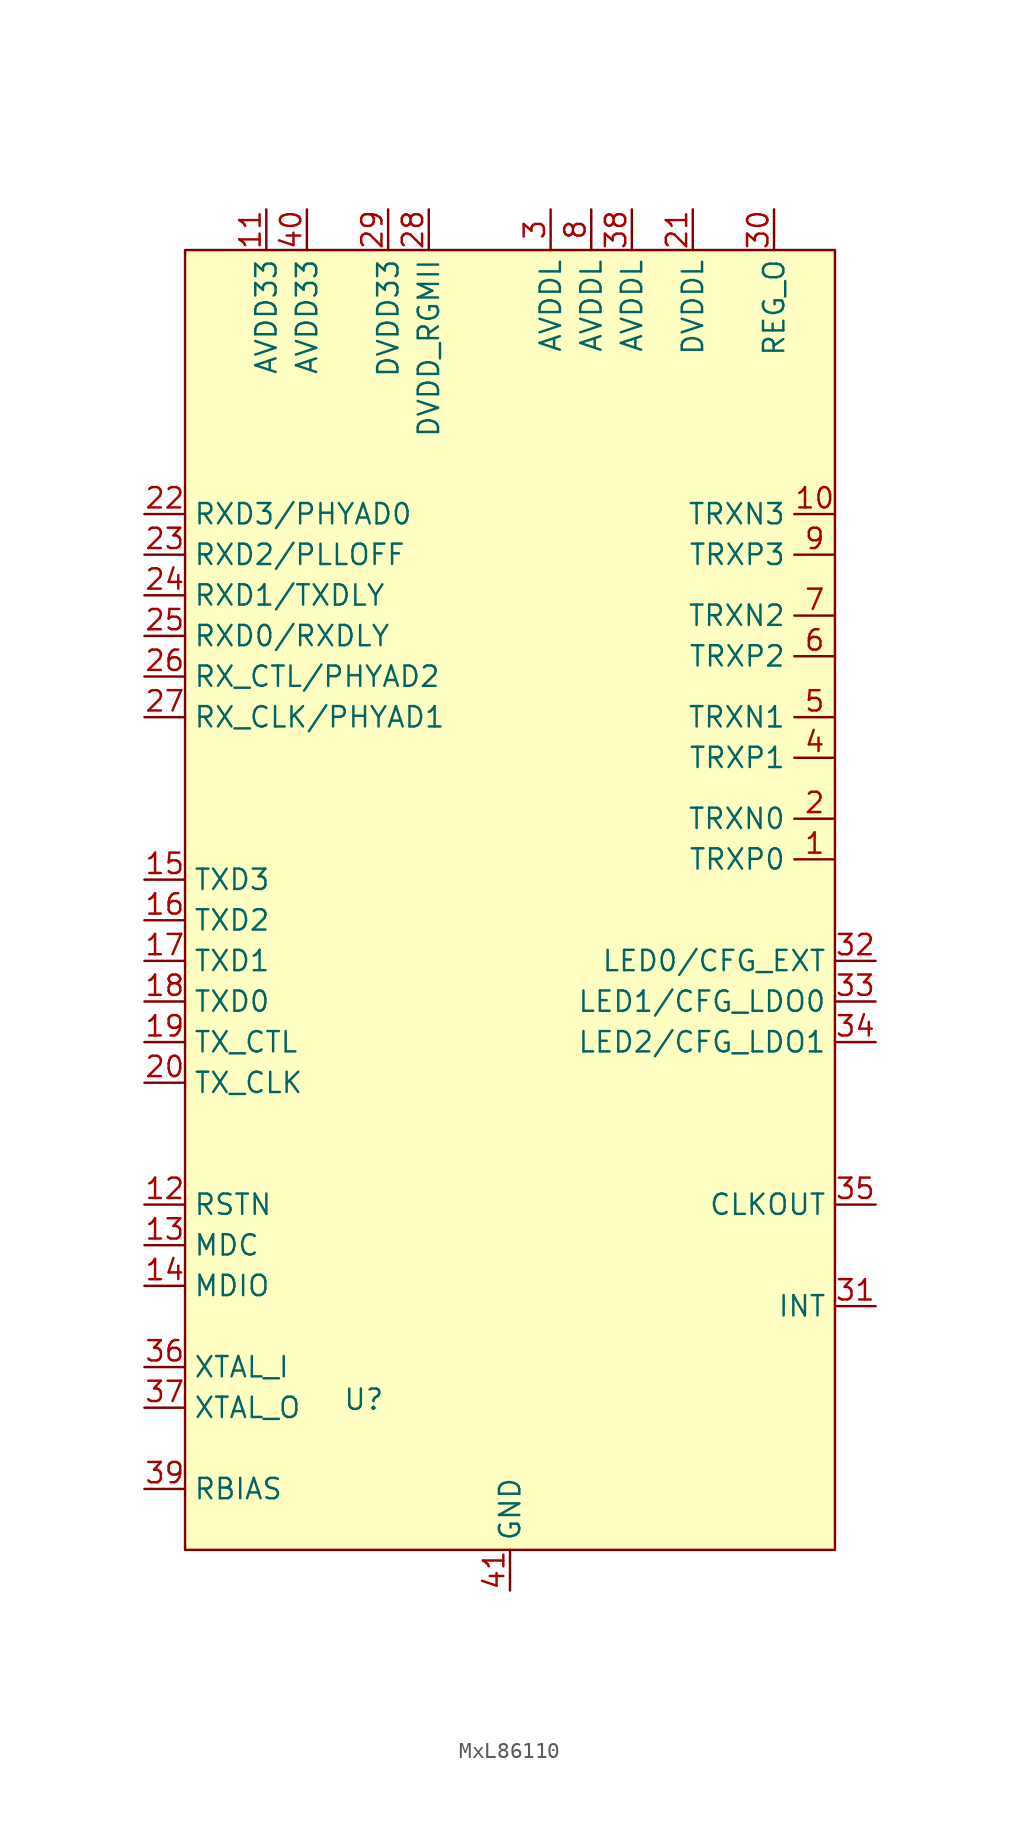
<source format=kicad_sym>
(kicad_symbol_lib
  (version 20231120)
  (generator "kicad_symbol_editor")
  (generator_version "8.0")
  (symbol "MxL86110"
    (property "Reference" "U"
      (at -9.144 -36.322 0)
      (effects (font (size 1.27 1.27))))
    (property "Value" ""
      (at -15.24 26.67 0)
      (effects (font (size 1.27 1.27))))
    (symbol "MxL86110_0_0"
      (pin bidirectional line (at 20.32 -2.54 180) (length 2.54) (name "TRXP0" (effects (font (size 1.27 1.27)))) (number "1" (effects (font (size 1.27 1.27)))))
      (pin bidirectional line (at 20.32 19.05 180) (length 2.54) (name "TRXN3" (effects (font (size 1.27 1.27)))) (number "10" (effects (font (size 1.27 1.27)))))
      (pin power_in line (at -15.24 38.1 270) (length 2.54) (name "AVDD33" (effects (font (size 1.27 1.27)))) (number "11" (effects (font (size 1.27 1.27)))))
      (pin input line (at -22.86 -24.13 0) (length 2.54) (name "RSTN" (effects (font (size 1.27 1.27)))) (number "12" (effects (font (size 1.27 1.27)))))
      (pin input line (at -22.86 -26.67 0) (length 2.54) (name "MDC" (effects (font (size 1.27 1.27)))) (number "13" (effects (font (size 1.27 1.27)))))
      (pin bidirectional line (at -22.86 -29.21 0) (length 2.54) (name "MDIO" (effects (font (size 1.27 1.27)))) (number "14" (effects (font (size 1.27 1.27)))))
      (pin input line (at -22.86 -3.81 0) (length 2.54) (name "TXD3" (effects (font (size 1.27 1.27)))) (number "15" (effects (font (size 1.27 1.27)))))
      (pin input line (at -22.86 -6.35 0) (length 2.54) (name "TXD2" (effects (font (size 1.27 1.27)))) (number "16" (effects (font (size 1.27 1.27)))))
      (pin input line (at -22.86 -8.89 0) (length 2.54) (name "TXD1" (effects (font (size 1.27 1.27)))) (number "17" (effects (font (size 1.27 1.27)))))
      (pin input line (at -22.86 -11.43 0) (length 2.54) (name "TXD0" (effects (font (size 1.27 1.27)))) (number "18" (effects (font (size 1.27 1.27)))))
      (pin input line (at -22.86 -13.97 0) (length 2.54) (name "TX_CTL" (effects (font (size 1.27 1.27)))) (number "19" (effects (font (size 1.27 1.27)))))
      (pin bidirectional line (at 20.32 0 180) (length 2.54) (name "TRXN0" (effects (font (size 1.27 1.27)))) (number "2" (effects (font (size 1.27 1.27)))))
      (pin input line (at -22.86 -16.51 0) (length 2.54) (name "TX_CLK" (effects (font (size 1.27 1.27)))) (number "20" (effects (font (size 1.27 1.27)))))
      (pin power_in line (at 11.43 38.1 270) (length 2.54) (name "DVDDL" (effects (font (size 1.27 1.27)))) (number "21" (effects (font (size 1.27 1.27)))))
      (pin output line (at -22.86 19.05 0) (length 2.54) (name "RXD3/PHYAD0" (effects (font (size 1.27 1.27)))) (number "22" (effects (font (size 1.27 1.27)))))
      (pin output line (at -22.86 16.51 0) (length 2.54) (name "RXD2/PLLOFF" (effects (font (size 1.27 1.27)))) (number "23" (effects (font (size 1.27 1.27)))))
      (pin output line (at -22.86 13.97 0) (length 2.54) (name "RXD1/TXDLY" (effects (font (size 1.27 1.27)))) (number "24" (effects (font (size 1.27 1.27)))))
      (pin output line (at -22.86 11.43 0) (length 2.54) (name "RXD0/RXDLY" (effects (font (size 1.27 1.27)))) (number "25" (effects (font (size 1.27 1.27)))))
      (pin output line (at -22.86 8.89 0) (length 2.54) (name "RX_CTL/PHYAD2" (effects (font (size 1.27 1.27)))) (number "26" (effects (font (size 1.27 1.27)))))
      (pin output line (at -22.86 6.35 0) (length 2.54) (name "RX_CLK/PHYAD1" (effects (font (size 1.27 1.27)))) (number "27" (effects (font (size 1.27 1.27)))))
      (pin power_in line (at -5.08 38.1 270) (length 2.54) (name "DVDD_RGMII" (effects (font (size 1.27 1.27)))) (number "28" (effects (font (size 1.27 1.27)))))
      (pin power_in line (at -7.62 38.1 270) (length 2.54) (name "DVDD33" (effects (font (size 1.27 1.27)))) (number "29" (effects (font (size 1.27 1.27)))))
      (pin power_in line (at 2.54 38.1 270) (length 2.54) (name "AVDDL" (effects (font (size 1.27 1.27)))) (number "3" (effects (font (size 1.27 1.27)))))
      (pin power_out line (at 16.51 38.1 270) (length 2.54) (name "REG_O" (effects (font (size 1.27 1.27)))) (number "30" (effects (font (size 1.27 1.27)))))
      (pin output line (at 22.86 -30.48 180) (length 2.54) (name "INT" (effects (font (size 1.27 1.27)))) (number "31" (effects (font (size 1.27 1.27)))))
      (pin output line (at 22.86 -8.89 180) (length 2.54) (name "LED0/CFG_EXT" (effects (font (size 1.27 1.27)))) (number "32" (effects (font (size 1.27 1.27)))))
      (pin output line (at 22.86 -11.43 180) (length 2.54) (name "LED1/CFG_LDO0" (effects (font (size 1.27 1.27)))) (number "33" (effects (font (size 1.27 1.27)))))
      (pin output line (at 22.86 -13.97 180) (length 2.54) (name "LED2/CFG_LDO1" (effects (font (size 1.27 1.27)))) (number "34" (effects (font (size 1.27 1.27)))))
      (pin output line (at 22.86 -24.13 180) (length 2.54) (name "CLKOUT" (effects (font (size 1.27 1.27)))) (number "35" (effects (font (size 1.27 1.27)))))
      (pin input line (at -22.86 -34.29 0) (length 2.54) (name "XTAL_I" (effects (font (size 1.27 1.27)))) (number "36" (effects (font (size 1.27 1.27)))))
      (pin output line (at -22.86 -36.83 0) (length 2.54) (name "XTAL_O" (effects (font (size 1.27 1.27)))) (number "37" (effects (font (size 1.27 1.27)))))
      (pin power_in line (at 7.62 38.1 270) (length 2.54) (name "AVDDL" (effects (font (size 1.27 1.27)))) (number "38" (effects (font (size 1.27 1.27)))))
      (pin output line (at -22.86 -41.91 0) (length 2.54) (name "RBIAS" (effects (font (size 1.27 1.27)))) (number "39" (effects (font (size 1.27 1.27)))))
      (pin bidirectional line (at 20.32 3.81 180) (length 2.54) (name "TRXP1" (effects (font (size 1.27 1.27)))) (number "4" (effects (font (size 1.27 1.27)))))
      (pin power_in line (at -12.7 38.1 270) (length 2.54) (name "AVDD33" (effects (font (size 1.27 1.27)))) (number "40" (effects (font (size 1.27 1.27)))))
      (pin power_in line (at 0 -48.26 90) (length 2.54) (name "GND" (effects (font (size 1.27 1.27)))) (number "41" (effects (font (size 1.27 1.27)))))
      (pin bidirectional line (at 20.32 6.35 180) (length 2.54) (name "TRXN1" (effects (font (size 1.27 1.27)))) (number "5" (effects (font (size 1.27 1.27)))))
      (pin bidirectional line (at 20.32 10.16 180) (length 2.54) (name "TRXP2" (effects (font (size 1.27 1.27)))) (number "6" (effects (font (size 1.27 1.27)))))
      (pin bidirectional line (at 20.32 12.7 180) (length 2.54) (name "TRXN2" (effects (font (size 1.27 1.27)))) (number "7" (effects (font (size 1.27 1.27)))))
      (pin power_in line (at 5.08 38.1 270) (length 2.54) (name "AVDDL" (effects (font (size 1.27 1.27)))) (number "8" (effects (font (size 1.27 1.27)))))
      (pin bidirectional line (at 20.32 16.51 180) (length 2.54) (name "TRXP3" (effects (font (size 1.27 1.27)))) (number "9" (effects (font (size 1.27 1.27))))))
    (symbol "MxL86110_1_1"
      (rectangle (start -20.32 35.56) (end 20.32 -45.72) (stroke (width 0) (type default)) (fill (type background))))))
</source>
